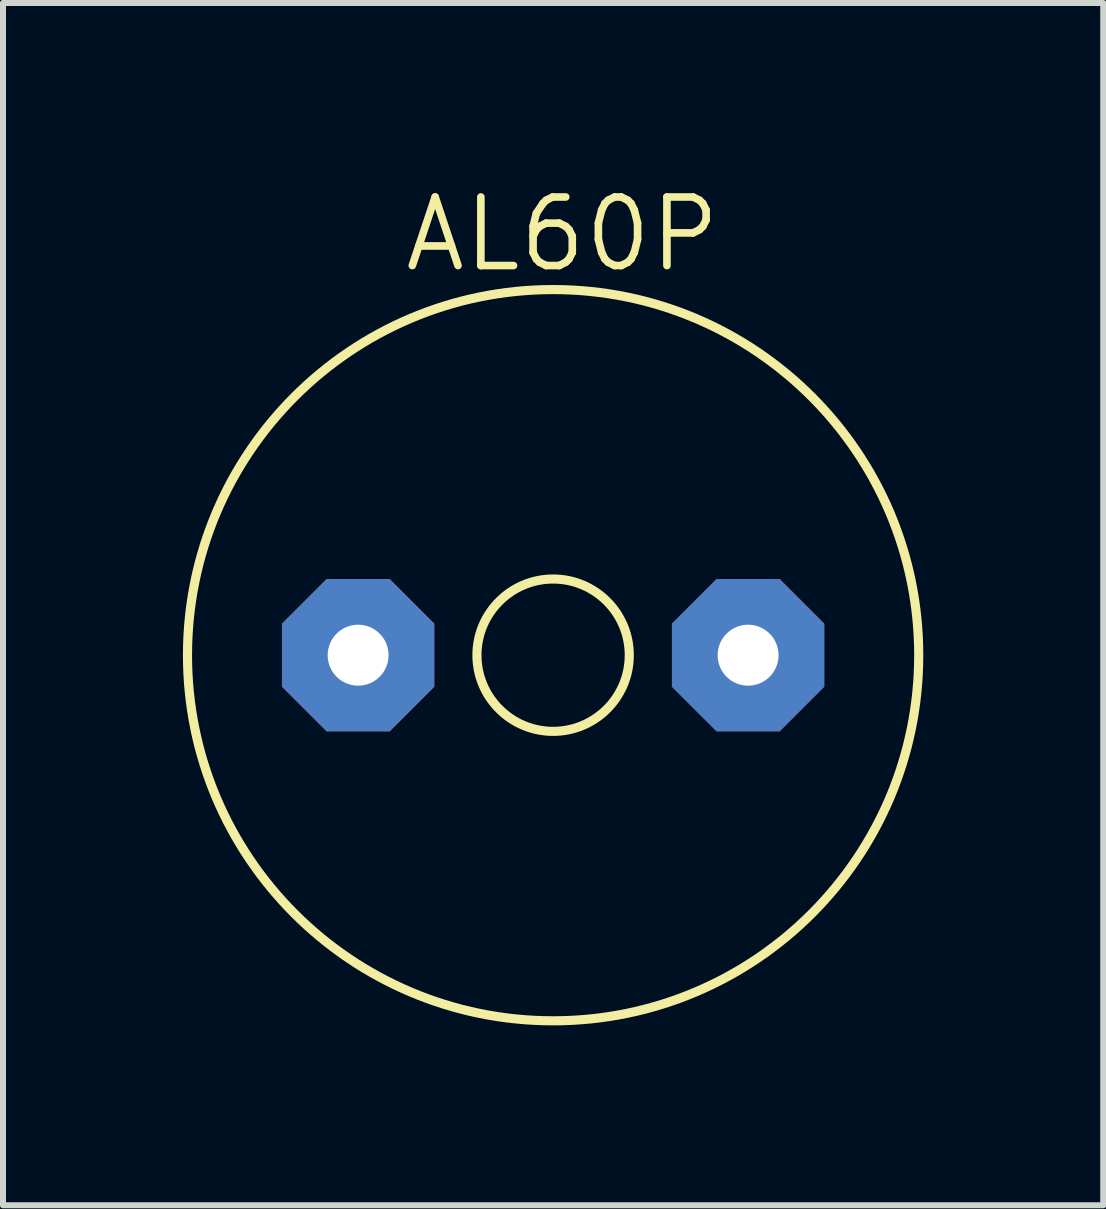
<source format=kicad_pcb>
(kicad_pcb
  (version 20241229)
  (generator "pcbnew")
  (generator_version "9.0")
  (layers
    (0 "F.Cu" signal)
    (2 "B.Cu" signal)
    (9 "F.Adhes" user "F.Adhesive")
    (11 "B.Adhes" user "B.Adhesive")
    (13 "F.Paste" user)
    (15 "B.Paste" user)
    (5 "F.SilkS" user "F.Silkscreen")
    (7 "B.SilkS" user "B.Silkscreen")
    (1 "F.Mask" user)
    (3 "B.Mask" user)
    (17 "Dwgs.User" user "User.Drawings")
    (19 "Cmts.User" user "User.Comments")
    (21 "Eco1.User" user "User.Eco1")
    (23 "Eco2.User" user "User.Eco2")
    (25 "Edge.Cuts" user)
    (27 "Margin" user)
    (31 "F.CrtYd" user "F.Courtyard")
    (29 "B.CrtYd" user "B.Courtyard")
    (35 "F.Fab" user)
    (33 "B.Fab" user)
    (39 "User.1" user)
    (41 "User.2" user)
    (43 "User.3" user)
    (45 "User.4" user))
  (footprint "AL60P"
    (layer "F.Cu")
    (at 6.172 7.874)
    (property "Reference" "AL60P" (at -2.54 -6.35 0) (layer "F.SilkS") (effects (font (size 1.143 1.143) (thickness 0.127)) (justify left bottom)))
    (fp_circle (center 0 0) (end 1.27 0) (stroke (width 0.152) (type solid)) (fill no) (layer "F.SilkS"))
    (fp_circle (center 0 0) (end 6.096 0) (stroke (width 0.152) (type solid)) (fill no) (layer "F.SilkS"))
    (pad "1" thru_hole roundrect (at -3.251 0) (size 2.54 2.54) (drill 1.016) (layers "*.Cu" "*.Mask") (roundrect_rratio 0.25) (chamfer_ratio 0.293) (chamfer top_left top_right bottom_left bottom_right))
    (pad "2" thru_hole roundrect (at 3.251 0) (size 2.54 2.54) (drill 1.016) (layers "*.Cu" "*.Mask") (roundrect_rratio 0.25) (chamfer_ratio 0.293) (chamfer top_left top_right bottom_left bottom_right)))
  (gr_rect
    (start -3 -3)
    (end 15.344 17.046)
    (stroke (width 0.1) (type default))
    (fill no)
    (layer "Edge.Cuts")))
</source>
